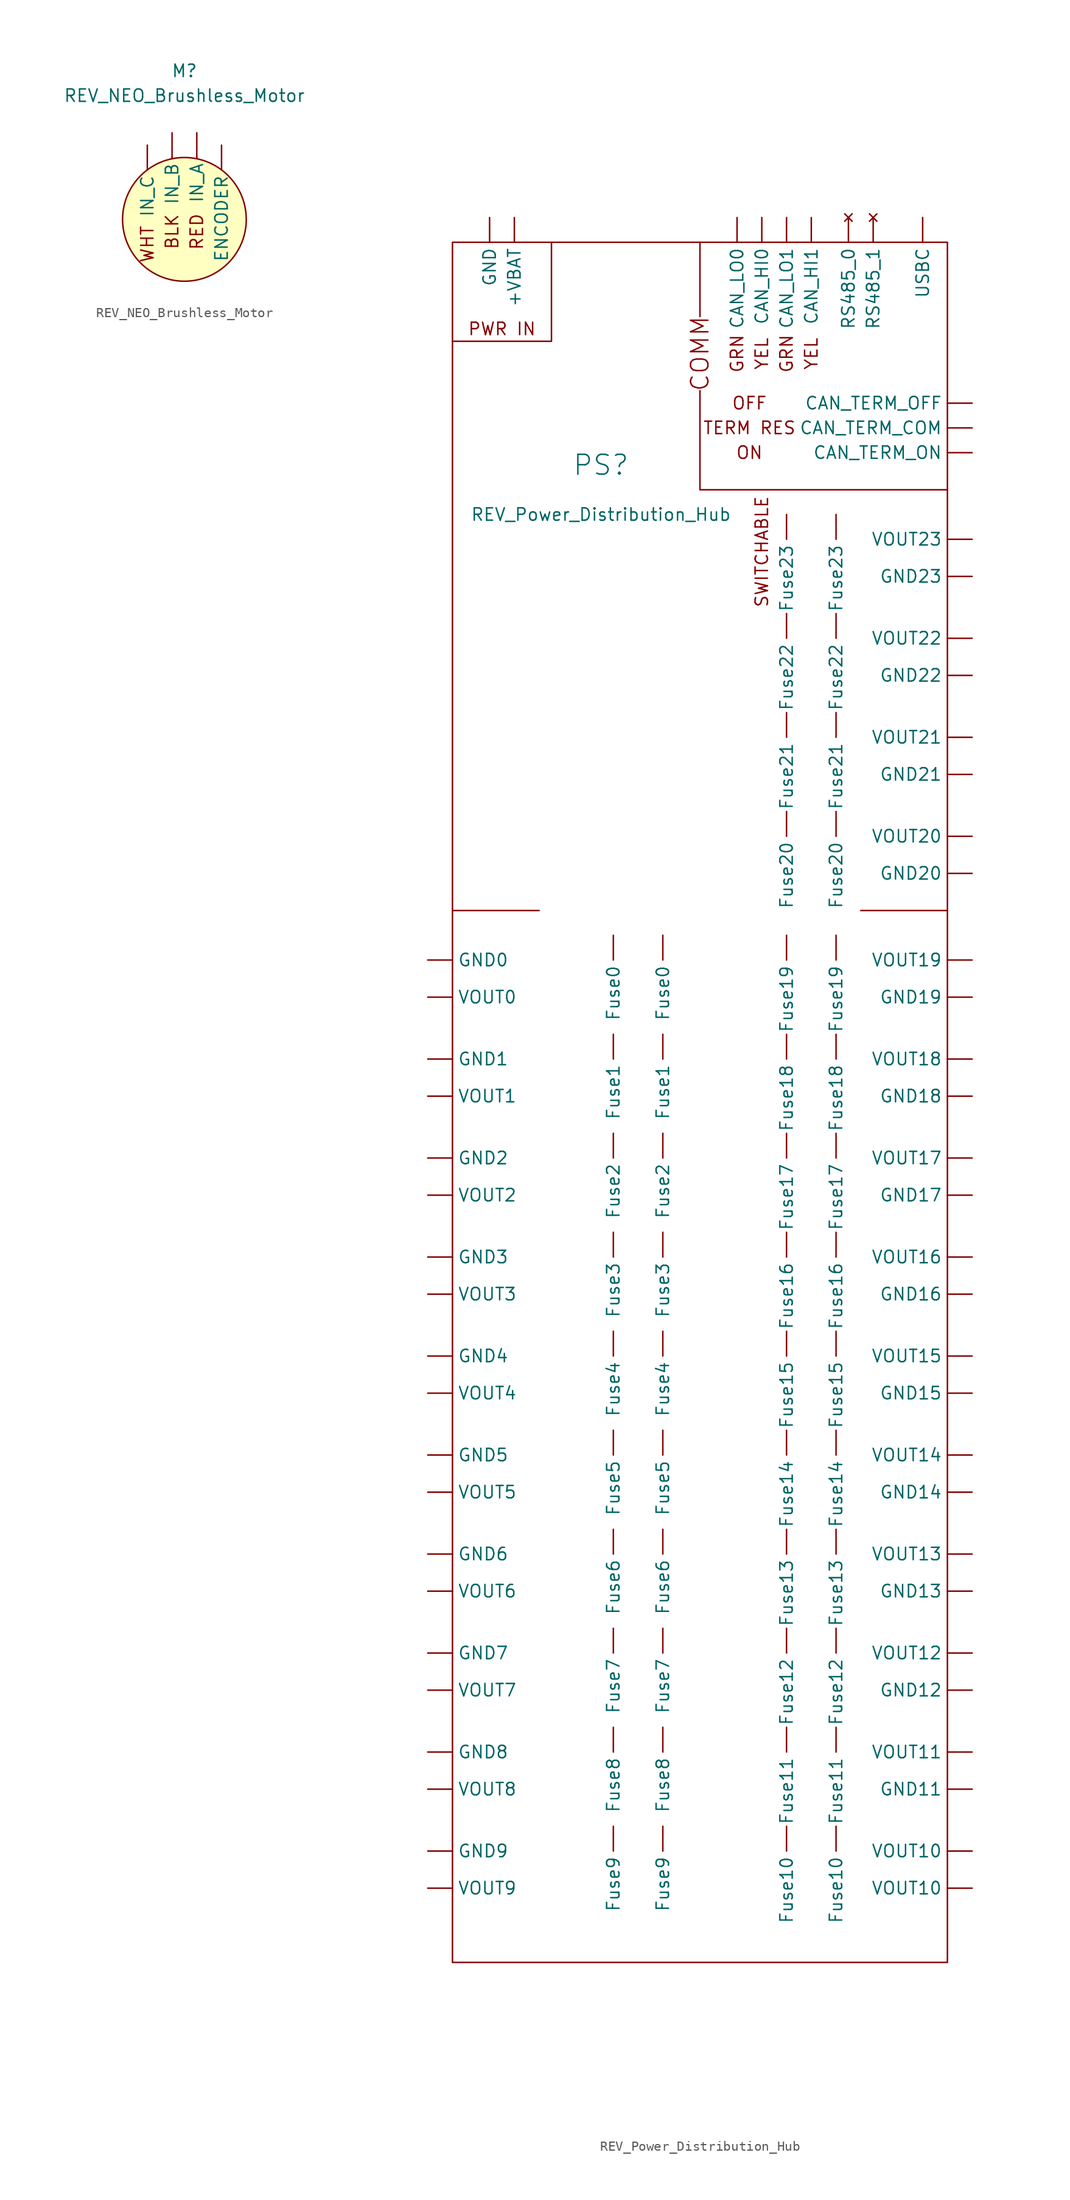
<source format=kicad_sym>
(kicad_symbol_lib
  (version 20220914)
  (generator kicad_symbol_editor)
  (symbol "REV_NEO_Brushless_Motor"
    (property "Reference" "M"
      (at 0 0 0)
      (effects (font (size 1.27 1.27))))
    (property "Value" "REV_NEO_Brushless_Motor"
      (at 0 -2.54 0)
      (effects (font (size 1.27 1.27))))
    (symbol "REV_NEO_Brushless_Motor_0_0"
      (text "BLK" (at -1.27 -16.51 900) (effects (font (size 1.27 1.27))))
      (text "RED" (at 1.27 -16.51 900) (effects (font (size 1.27 1.27))))
      (text "WHT" (at -3.81 -17.78 900) (effects (font (size 1.27 1.27)))))
    (symbol "REV_NEO_Brushless_Motor_0_1"
      (circle (center 0 -15.24) (radius 6.35) (stroke (width 0) (type default)) (fill (type background)))
      (polyline (pts (xy -1.27 -9.017) (xy -1.27 -8.89)) (stroke (width 0) (type default)) (fill (type none)))
      (polyline (pts (xy 1.27 -9.017) (xy 1.27 -8.89)) (stroke (width 0) (type default)) (fill (type none))))
    (symbol "REV_NEO_Brushless_Motor_1_1"
      (pin bidirectional line (at 3.81 -7.62 270) (length 2.54) (name "ENCODER" (effects (font (size 1.27 1.27)))) (number "" (effects (font (size 1.27 1.27)))))
      (pin power_in line (at 1.27 -6.35 270) (length 2.54) (name "IN_A" (effects (font (size 1.27 1.27)))) (number "" (effects (font (size 1.27 1.27)))))
      (pin power_in line (at -1.27 -6.35 270) (length 2.54) (name "IN_B" (effects (font (size 1.27 1.27)))) (number "" (effects (font (size 1.27 1.27)))))
      (pin power_in line (at -3.81 -7.62 270) (length 2.54) (name "IN_C" (effects (font (size 1.27 1.27)))) (number "" (effects (font (size 1.27 1.27)))))))
  (symbol "REV_Power_Distribution_Hub"
    (property "Reference" "PS"
      (at -12.7 12.7 0)
      (effects (font (size 2.032 2.032))))
    (property "Value" "REV_Power_Distribution_Hub"
      (at -12.7 7.62 0)
      (effects (font (size 1.27 1.27))))
    (symbol "REV_Power_Distribution_Hub_0_0"
      (rectangle (start -27.94 35.56) (end 22.86 -140.97) (stroke (width 0) (type default)) (fill (type none)))
      (polyline (pts (xy -2.54 27.94) (xy -2.54 35.56)) (stroke (width 0) (type default)) (fill (type none)))
      (polyline (pts (xy -27.94 25.4) (xy -17.78 25.4) (xy -17.78 35.56)) (stroke (width 0) (type default)) (fill (type none)))
      (polyline (pts (xy -2.54 20.32) (xy -2.54 10.16) (xy 22.86 10.16)) (stroke (width 0) (type default)) (fill (type none)))
      (text "COMM" (at -2.54 24.13 900) (effects (font (size 1.778 1.778))))
      (text "GRN" (at 1.27 24.13 900) (effects (font (size 1.27 1.27))))
      (text "GRN" (at 6.35 24.13 900) (effects (font (size 1.27 1.27))))
      (text "OFF" (at 2.54 19.05 0) (effects (font (size 1.27 1.27))))
      (text "ON" (at 2.54 13.97 0) (effects (font (size 1.27 1.27))))
      (text "PWR IN" (at -22.86 26.67 0) (effects (font (size 1.27 1.27))))
      (text "SWITCHABLE" (at 3.81 3.81 900) (effects (font (size 1.27 1.27))))
      (text "TERM RES" (at 2.54 16.51 0) (effects (font (size 1.27 1.27))))
      (text "YEL" (at 3.81 24.13 900) (effects (font (size 1.27 1.27))))
      (text "YEL" (at 8.89 24.13 900) (effects (font (size 1.27 1.27)))))
    (symbol "REV_Power_Distribution_Hub_0_1"
      (polyline (pts (xy -19.05 -33.02) (xy -27.94 -33.02)) (stroke (width 0) (type default)) (fill (type none)))
      (polyline (pts (xy 22.86 -33.02) (xy 13.97 -33.02)) (stroke (width 0) (type default)) (fill (type none))))
    (symbol "REV_Power_Distribution_Hub_1_1"
      (pin power_in line (at -21.59 38.1 270) (length 2.54) (name "+VBAT" (effects (font (size 1.27 1.27)))) (number "" (effects (font (size 1.27 1.27)))))
      (pin bidirectional line (at 3.81 38.1 270) (length 2.54) (name "CAN_HI0" (effects (font (size 1.27 1.27)))) (number "" (effects (font (size 1.27 1.27)))))
      (pin bidirectional line (at 8.89 38.1 270) (length 2.54) (name "CAN_HI1" (effects (font (size 1.27 1.27)))) (number "" (effects (font (size 1.27 1.27)))))
      (pin bidirectional line (at 1.27 38.1 270) (length 2.54) (name "CAN_LO0" (effects (font (size 1.27 1.27)))) (number "" (effects (font (size 1.27 1.27)))))
      (pin bidirectional line (at 6.35 38.1 270) (length 2.54) (name "CAN_LO1" (effects (font (size 1.27 1.27)))) (number "" (effects (font (size 1.27 1.27)))))
      (pin bidirectional line (at 25.4 16.51 180) (length 2.54) (name "CAN_TERM_COM" (effects (font (size 1.27 1.27)))) (number "" (effects (font (size 1.27 1.27)))))
      (pin bidirectional line (at 25.4 19.05 180) (length 2.54) (name "CAN_TERM_OFF" (effects (font (size 1.27 1.27)))) (number "" (effects (font (size 1.27 1.27)))))
      (pin bidirectional line (at 25.4 13.97 180) (length 2.54) (name "CAN_TERM_ON" (effects (font (size 1.27 1.27)))) (number "" (effects (font (size 1.27 1.27)))))
      (pin bidirectional line (at -11.43 -35.56 270) (length 2.54) (name "Fuse0" (effects (font (size 1.27 1.27)))) (number "" (effects (font (size 1.27 1.27)))))
      (pin bidirectional line (at -6.35 -35.56 270) (length 2.54) (name "Fuse0" (effects (font (size 1.27 1.27)))) (number "" (effects (font (size 1.27 1.27)))))
      (pin bidirectional line (at -11.43 -45.72 270) (length 2.54) (name "Fuse1" (effects (font (size 1.27 1.27)))) (number "" (effects (font (size 1.27 1.27)))))
      (pin bidirectional line (at -6.35 -45.72 270) (length 2.54) (name "Fuse1" (effects (font (size 1.27 1.27)))) (number "" (effects (font (size 1.27 1.27)))))
      (pin bidirectional line (at 6.35 -127 270) (length 2.54) (name "Fuse10" (effects (font (size 1.27 1.27)))) (number "" (effects (font (size 1.27 1.27)))))
      (pin bidirectional line (at 11.43 -127 270) (length 2.54) (name "Fuse10" (effects (font (size 1.27 1.27)))) (number "" (effects (font (size 1.27 1.27)))))
      (pin bidirectional line (at 6.35 -116.84 270) (length 2.54) (name "Fuse11" (effects (font (size 1.27 1.27)))) (number "" (effects (font (size 1.27 1.27)))))
      (pin bidirectional line (at 11.43 -116.84 270) (length 2.54) (name "Fuse11" (effects (font (size 1.27 1.27)))) (number "" (effects (font (size 1.27 1.27)))))
      (pin bidirectional line (at 6.35 -106.68 270) (length 2.54) (name "Fuse12" (effects (font (size 1.27 1.27)))) (number "" (effects (font (size 1.27 1.27)))))
      (pin bidirectional line (at 11.43 -106.68 270) (length 2.54) (name "Fuse12" (effects (font (size 1.27 1.27)))) (number "" (effects (font (size 1.27 1.27)))))
      (pin bidirectional line (at 6.35 -96.52 270) (length 2.54) (name "Fuse13" (effects (font (size 1.27 1.27)))) (number "" (effects (font (size 1.27 1.27)))))
      (pin bidirectional line (at 11.43 -96.52 270) (length 2.54) (name "Fuse13" (effects (font (size 1.27 1.27)))) (number "" (effects (font (size 1.27 1.27)))))
      (pin bidirectional line (at 6.35 -86.36 270) (length 2.54) (name "Fuse14" (effects (font (size 1.27 1.27)))) (number "" (effects (font (size 1.27 1.27)))))
      (pin bidirectional line (at 11.43 -86.36 270) (length 2.54) (name "Fuse14" (effects (font (size 1.27 1.27)))) (number "" (effects (font (size 1.27 1.27)))))
      (pin bidirectional line (at 6.35 -76.2 270) (length 2.54) (name "Fuse15" (effects (font (size 1.27 1.27)))) (number "" (effects (font (size 1.27 1.27)))))
      (pin bidirectional line (at 11.43 -76.2 270) (length 2.54) (name "Fuse15" (effects (font (size 1.27 1.27)))) (number "" (effects (font (size 1.27 1.27)))))
      (pin bidirectional line (at 6.35 -66.04 270) (length 2.54) (name "Fuse16" (effects (font (size 1.27 1.27)))) (number "" (effects (font (size 1.27 1.27)))))
      (pin bidirectional line (at 11.43 -66.04 270) (length 2.54) (name "Fuse16" (effects (font (size 1.27 1.27)))) (number "" (effects (font (size 1.27 1.27)))))
      (pin bidirectional line (at 6.35 -55.88 270) (length 2.54) (name "Fuse17" (effects (font (size 1.27 1.27)))) (number "" (effects (font (size 1.27 1.27)))))
      (pin bidirectional line (at 11.43 -55.88 270) (length 2.54) (name "Fuse17" (effects (font (size 1.27 1.27)))) (number "" (effects (font (size 1.27 1.27)))))
      (pin bidirectional line (at 6.35 -45.72 270) (length 2.54) (name "Fuse18" (effects (font (size 1.27 1.27)))) (number "" (effects (font (size 1.27 1.27)))))
      (pin bidirectional line (at 11.43 -45.72 270) (length 2.54) (name "Fuse18" (effects (font (size 1.27 1.27)))) (number "" (effects (font (size 1.27 1.27)))))
      (pin bidirectional line (at 6.35 -35.56 270) (length 2.54) (name "Fuse19" (effects (font (size 1.27 1.27)))) (number "" (effects (font (size 1.27 1.27)))))
      (pin bidirectional line (at 11.43 -35.56 270) (length 2.54) (name "Fuse19" (effects (font (size 1.27 1.27)))) (number "" (effects (font (size 1.27 1.27)))))
      (pin bidirectional line (at -11.43 -55.88 270) (length 2.54) (name "Fuse2" (effects (font (size 1.27 1.27)))) (number "" (effects (font (size 1.27 1.27)))))
      (pin bidirectional line (at -6.35 -55.88 270) (length 2.54) (name "Fuse2" (effects (font (size 1.27 1.27)))) (number "" (effects (font (size 1.27 1.27)))))
      (pin bidirectional line (at 6.35 -22.86 270) (length 2.54) (name "Fuse20" (effects (font (size 1.27 1.27)))) (number "" (effects (font (size 1.27 1.27)))))
      (pin bidirectional line (at 11.43 -22.86 270) (length 2.54) (name "Fuse20" (effects (font (size 1.27 1.27)))) (number "" (effects (font (size 1.27 1.27)))))
      (pin bidirectional line (at 6.35 -12.7 270) (length 2.54) (name "Fuse21" (effects (font (size 1.27 1.27)))) (number "" (effects (font (size 1.27 1.27)))))
      (pin bidirectional line (at 11.43 -12.7 270) (length 2.54) (name "Fuse21" (effects (font (size 1.27 1.27)))) (number "" (effects (font (size 1.27 1.27)))))
      (pin bidirectional line (at 6.35 -2.54 270) (length 2.54) (name "Fuse22" (effects (font (size 1.27 1.27)))) (number "" (effects (font (size 1.27 1.27)))))
      (pin bidirectional line (at 11.43 -2.54 270) (length 2.54) (name "Fuse22" (effects (font (size 1.27 1.27)))) (number "" (effects (font (size 1.27 1.27)))))
      (pin bidirectional line (at 6.35 7.62 270) (length 2.54) (name "Fuse23" (effects (font (size 1.27 1.27)))) (number "" (effects (font (size 1.27 1.27)))))
      (pin bidirectional line (at 11.43 7.62 270) (length 2.54) (name "Fuse23" (effects (font (size 1.27 1.27)))) (number "" (effects (font (size 1.27 1.27)))))
      (pin bidirectional line (at -11.43 -66.04 270) (length 2.54) (name "Fuse3" (effects (font (size 1.27 1.27)))) (number "" (effects (font (size 1.27 1.27)))))
      (pin bidirectional line (at -6.35 -66.04 270) (length 2.54) (name "Fuse3" (effects (font (size 1.27 1.27)))) (number "" (effects (font (size 1.27 1.27)))))
      (pin bidirectional line (at -11.43 -76.2 270) (length 2.54) (name "Fuse4" (effects (font (size 1.27 1.27)))) (number "" (effects (font (size 1.27 1.27)))))
      (pin bidirectional line (at -6.35 -76.2 270) (length 2.54) (name "Fuse4" (effects (font (size 1.27 1.27)))) (number "" (effects (font (size 1.27 1.27)))))
      (pin bidirectional line (at -11.43 -86.36 270) (length 2.54) (name "Fuse5" (effects (font (size 1.27 1.27)))) (number "" (effects (font (size 1.27 1.27)))))
      (pin bidirectional line (at -6.35 -86.36 270) (length 2.54) (name "Fuse5" (effects (font (size 1.27 1.27)))) (number "" (effects (font (size 1.27 1.27)))))
      (pin bidirectional line (at -11.43 -96.52 270) (length 2.54) (name "Fuse6" (effects (font (size 1.27 1.27)))) (number "" (effects (font (size 1.27 1.27)))))
      (pin bidirectional line (at -6.35 -96.52 270) (length 2.54) (name "Fuse6" (effects (font (size 1.27 1.27)))) (number "" (effects (font (size 1.27 1.27)))))
      (pin bidirectional line (at -11.43 -106.68 270) (length 2.54) (name "Fuse7" (effects (font (size 1.27 1.27)))) (number "" (effects (font (size 1.27 1.27)))))
      (pin bidirectional line (at -6.35 -106.68 270) (length 2.54) (name "Fuse7" (effects (font (size 1.27 1.27)))) (number "" (effects (font (size 1.27 1.27)))))
      (pin bidirectional line (at -11.43 -116.84 270) (length 2.54) (name "Fuse8" (effects (font (size 1.27 1.27)))) (number "" (effects (font (size 1.27 1.27)))))
      (pin bidirectional line (at -6.35 -116.84 270) (length 2.54) (name "Fuse8" (effects (font (size 1.27 1.27)))) (number "" (effects (font (size 1.27 1.27)))))
      (pin bidirectional line (at -11.43 -127 270) (length 2.54) (name "Fuse9" (effects (font (size 1.27 1.27)))) (number "" (effects (font (size 1.27 1.27)))))
      (pin bidirectional line (at -6.35 -127 270) (length 2.54) (name "Fuse9" (effects (font (size 1.27 1.27)))) (number "" (effects (font (size 1.27 1.27)))))
      (pin power_in line (at -24.13 38.1 270) (length 2.54) (name "GND" (effects (font (size 1.27 1.27)))) (number "" (effects (font (size 1.27 1.27)))))
      (pin power_out line (at -30.48 -38.1 0) (length 2.54) (name "GND0" (effects (font (size 1.27 1.27)))) (number "" (effects (font (size 1.27 1.27)))))
      (pin power_out line (at -30.48 -48.26 0) (length 2.54) (name "GND1" (effects (font (size 1.27 1.27)))) (number "" (effects (font (size 1.27 1.27)))))
      (pin power_out line (at 25.4 -123.19 180) (length 2.54) (name "GND11" (effects (font (size 1.27 1.27)))) (number "" (effects (font (size 1.27 1.27)))))
      (pin power_out line (at 25.4 -113.03 180) (length 2.54) (name "GND12" (effects (font (size 1.27 1.27)))) (number "" (effects (font (size 1.27 1.27)))))
      (pin power_out line (at 25.4 -102.87 180) (length 2.54) (name "GND13" (effects (font (size 1.27 1.27)))) (number "" (effects (font (size 1.27 1.27)))))
      (pin power_out line (at 25.4 -92.71 180) (length 2.54) (name "GND14" (effects (font (size 1.27 1.27)))) (number "" (effects (font (size 1.27 1.27)))))
      (pin power_out line (at 25.4 -82.55 180) (length 2.54) (name "GND15" (effects (font (size 1.27 1.27)))) (number "" (effects (font (size 1.27 1.27)))))
      (pin power_out line (at 25.4 -72.39 180) (length 2.54) (name "GND16" (effects (font (size 1.27 1.27)))) (number "" (effects (font (size 1.27 1.27)))))
      (pin power_out line (at 25.4 -62.23 180) (length 2.54) (name "GND17" (effects (font (size 1.27 1.27)))) (number "" (effects (font (size 1.27 1.27)))))
      (pin power_out line (at 25.4 -52.07 180) (length 2.54) (name "GND18" (effects (font (size 1.27 1.27)))) (number "" (effects (font (size 1.27 1.27)))))
      (pin power_out line (at 25.4 -41.91 180) (length 2.54) (name "GND19" (effects (font (size 1.27 1.27)))) (number "" (effects (font (size 1.27 1.27)))))
      (pin power_out line (at -30.48 -58.42 0) (length 2.54) (name "GND2" (effects (font (size 1.27 1.27)))) (number "" (effects (font (size 1.27 1.27)))))
      (pin power_out line (at 25.4 -29.21 180) (length 2.54) (name "GND20" (effects (font (size 1.27 1.27)))) (number "" (effects (font (size 1.27 1.27)))))
      (pin power_out line (at 25.4 -19.05 180) (length 2.54) (name "GND21" (effects (font (size 1.27 1.27)))) (number "" (effects (font (size 1.27 1.27)))))
      (pin power_out line (at 25.4 -8.89 180) (length 2.54) (name "GND22" (effects (font (size 1.27 1.27)))) (number "" (effects (font (size 1.27 1.27)))))
      (pin power_out line (at 25.4 1.27 180) (length 2.54) (name "GND23" (effects (font (size 1.27 1.27)))) (number "" (effects (font (size 1.27 1.27)))))
      (pin power_out line (at -30.48 -68.58 0) (length 2.54) (name "GND3" (effects (font (size 1.27 1.27)))) (number "" (effects (font (size 1.27 1.27)))))
      (pin power_out line (at -30.48 -78.74 0) (length 2.54) (name "GND4" (effects (font (size 1.27 1.27)))) (number "" (effects (font (size 1.27 1.27)))))
      (pin power_out line (at -30.48 -88.9 0) (length 2.54) (name "GND5" (effects (font (size 1.27 1.27)))) (number "" (effects (font (size 1.27 1.27)))))
      (pin power_out line (at -30.48 -99.06 0) (length 2.54) (name "GND6" (effects (font (size 1.27 1.27)))) (number "" (effects (font (size 1.27 1.27)))))
      (pin power_out line (at -30.48 -109.22 0) (length 2.54) (name "GND7" (effects (font (size 1.27 1.27)))) (number "" (effects (font (size 1.27 1.27)))))
      (pin power_out line (at -30.48 -119.38 0) (length 2.54) (name "GND8" (effects (font (size 1.27 1.27)))) (number "" (effects (font (size 1.27 1.27)))))
      (pin power_out line (at -30.48 -129.54 0) (length 2.54) (name "GND9" (effects (font (size 1.27 1.27)))) (number "" (effects (font (size 1.27 1.27)))))
      (pin no_connect line (at 12.7 38.1 270) (length 2.54) (name "RS485_0" (effects (font (size 1.27 1.27)))) (number "" (effects (font (size 1.27 1.27)))))
      (pin no_connect line (at 15.24 38.1 270) (length 2.54) (name "RS485_1" (effects (font (size 1.27 1.27)))) (number "" (effects (font (size 1.27 1.27)))))
      (pin bidirectional line (at 20.32 38.1 270) (length 2.54) (name "USBC" (effects (font (size 1.27 1.27)))) (number "" (effects (font (size 1.27 1.27)))))
      (pin power_out line (at -30.48 -41.91 0) (length 2.54) (name "VOUT0" (effects (font (size 1.27 1.27)))) (number "" (effects (font (size 1.27 1.27)))))
      (pin power_out line (at -30.48 -52.07 0) (length 2.54) (name "VOUT1" (effects (font (size 1.27 1.27)))) (number "" (effects (font (size 1.27 1.27)))))
      (pin power_out line (at 25.4 -133.35 180) (length 2.54) (name "VOUT10" (effects (font (size 1.27 1.27)))) (number "" (effects (font (size 1.27 1.27)))))
      (pin power_out line (at 25.4 -129.54 180) (length 2.54) (name "VOUT10" (effects (font (size 1.27 1.27)))) (number "" (effects (font (size 1.27 1.27)))))
      (pin power_out line (at 25.4 -119.38 180) (length 2.54) (name "VOUT11" (effects (font (size 1.27 1.27)))) (number "" (effects (font (size 1.27 1.27)))))
      (pin power_out line (at 25.4 -109.22 180) (length 2.54) (name "VOUT12" (effects (font (size 1.27 1.27)))) (number "" (effects (font (size 1.27 1.27)))))
      (pin power_out line (at 25.4 -99.06 180) (length 2.54) (name "VOUT13" (effects (font (size 1.27 1.27)))) (number "" (effects (font (size 1.27 1.27)))))
      (pin power_out line (at 25.4 -88.9 180) (length 2.54) (name "VOUT14" (effects (font (size 1.27 1.27)))) (number "" (effects (font (size 1.27 1.27)))))
      (pin power_out line (at 25.4 -78.74 180) (length 2.54) (name "VOUT15" (effects (font (size 1.27 1.27)))) (number "" (effects (font (size 1.27 1.27)))))
      (pin power_out line (at 25.4 -68.58 180) (length 2.54) (name "VOUT16" (effects (font (size 1.27 1.27)))) (number "" (effects (font (size 1.27 1.27)))))
      (pin power_out line (at 25.4 -58.42 180) (length 2.54) (name "VOUT17" (effects (font (size 1.27 1.27)))) (number "" (effects (font (size 1.27 1.27)))))
      (pin power_out line (at 25.4 -48.26 180) (length 2.54) (name "VOUT18" (effects (font (size 1.27 1.27)))) (number "" (effects (font (size 1.27 1.27)))))
      (pin power_out line (at 25.4 -38.1 180) (length 2.54) (name "VOUT19" (effects (font (size 1.27 1.27)))) (number "" (effects (font (size 1.27 1.27)))))
      (pin power_out line (at -30.48 -62.23 0) (length 2.54) (name "VOUT2" (effects (font (size 1.27 1.27)))) (number "" (effects (font (size 1.27 1.27)))))
      (pin power_out line (at 25.4 -25.4 180) (length 2.54) (name "VOUT20" (effects (font (size 1.27 1.27)))) (number "" (effects (font (size 1.27 1.27)))))
      (pin power_out line (at 25.4 -15.24 180) (length 2.54) (name "VOUT21" (effects (font (size 1.27 1.27)))) (number "" (effects (font (size 1.27 1.27)))))
      (pin power_out line (at 25.4 -5.08 180) (length 2.54) (name "VOUT22" (effects (font (size 1.27 1.27)))) (number "" (effects (font (size 1.27 1.27)))))
      (pin power_out line (at 25.4 5.08 180) (length 2.54) (name "VOUT23" (effects (font (size 1.27 1.27)))) (number "" (effects (font (size 1.27 1.27)))))
      (pin power_out line (at -30.48 -72.39 0) (length 2.54) (name "VOUT3" (effects (font (size 1.27 1.27)))) (number "" (effects (font (size 1.27 1.27)))))
      (pin power_out line (at -30.48 -82.55 0) (length 2.54) (name "VOUT4" (effects (font (size 1.27 1.27)))) (number "" (effects (font (size 1.27 1.27)))))
      (pin power_out line (at -30.48 -92.71 0) (length 2.54) (name "VOUT5" (effects (font (size 1.27 1.27)))) (number "" (effects (font (size 1.27 1.27)))))
      (pin power_out line (at -30.48 -102.87 0) (length 2.54) (name "VOUT6" (effects (font (size 1.27 1.27)))) (number "" (effects (font (size 1.27 1.27)))))
      (pin power_out line (at -30.48 -113.03 0) (length 2.54) (name "VOUT7" (effects (font (size 1.27 1.27)))) (number "" (effects (font (size 1.27 1.27)))))
      (pin power_out line (at -30.48 -123.19 0) (length 2.54) (name "VOUT8" (effects (font (size 1.27 1.27)))) (number "" (effects (font (size 1.27 1.27)))))
      (pin power_out line (at -30.48 -133.35 0) (length 2.54) (name "VOUT9" (effects (font (size 1.27 1.27)))) (number "" (effects (font (size 1.27 1.27))))))))
</source>
